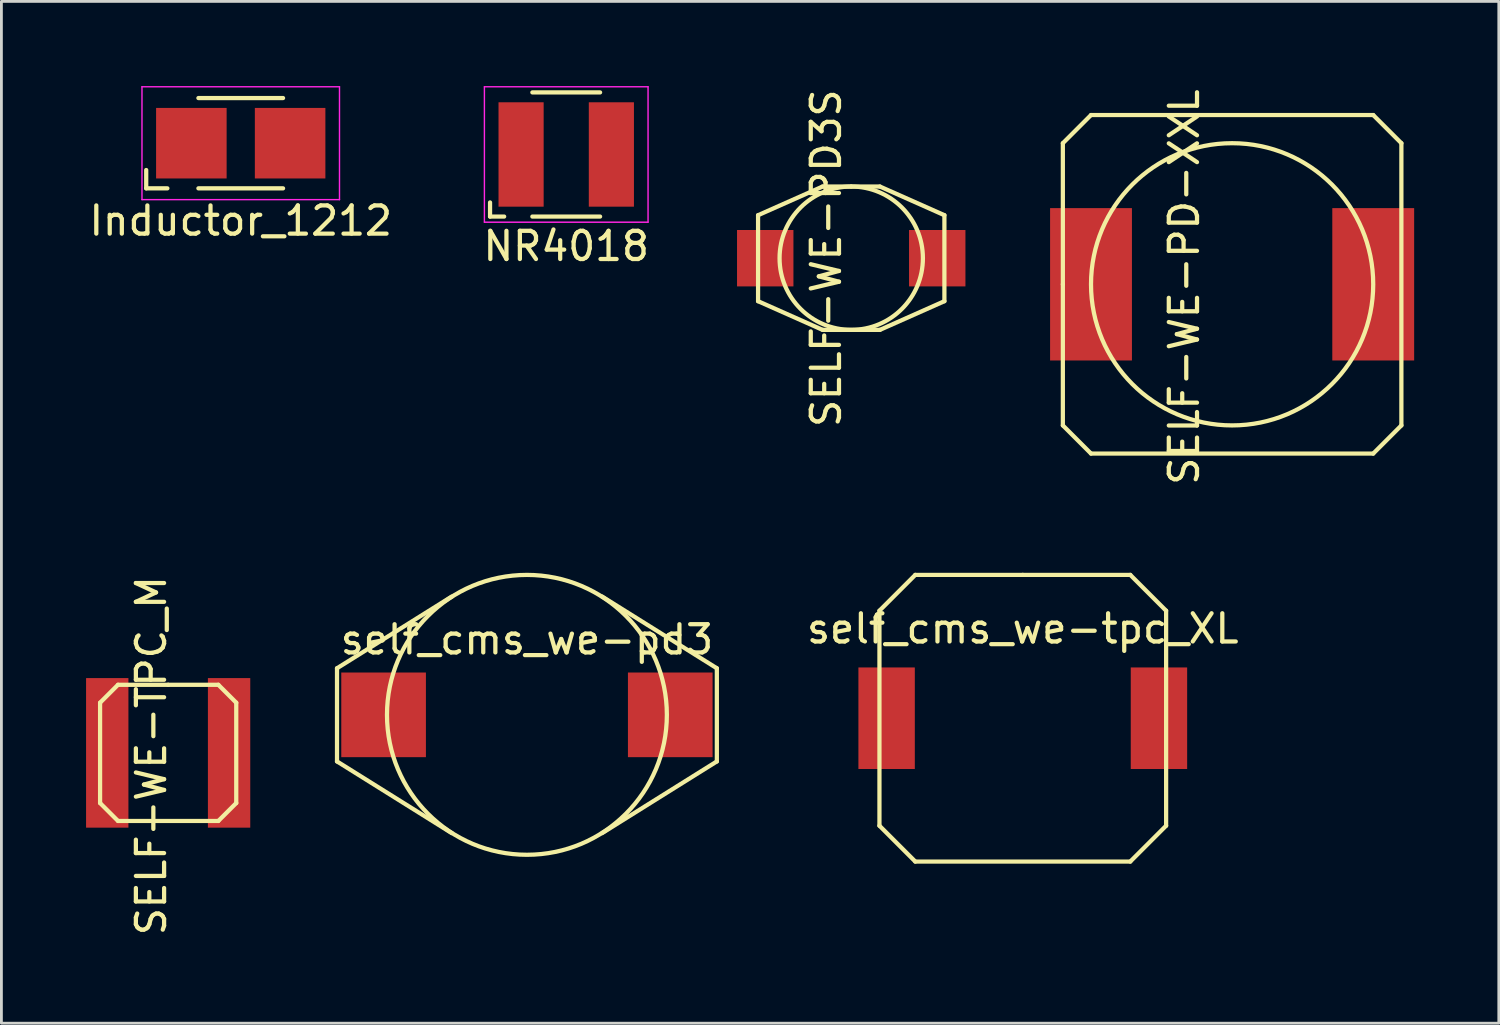
<source format=kicad_pcb>
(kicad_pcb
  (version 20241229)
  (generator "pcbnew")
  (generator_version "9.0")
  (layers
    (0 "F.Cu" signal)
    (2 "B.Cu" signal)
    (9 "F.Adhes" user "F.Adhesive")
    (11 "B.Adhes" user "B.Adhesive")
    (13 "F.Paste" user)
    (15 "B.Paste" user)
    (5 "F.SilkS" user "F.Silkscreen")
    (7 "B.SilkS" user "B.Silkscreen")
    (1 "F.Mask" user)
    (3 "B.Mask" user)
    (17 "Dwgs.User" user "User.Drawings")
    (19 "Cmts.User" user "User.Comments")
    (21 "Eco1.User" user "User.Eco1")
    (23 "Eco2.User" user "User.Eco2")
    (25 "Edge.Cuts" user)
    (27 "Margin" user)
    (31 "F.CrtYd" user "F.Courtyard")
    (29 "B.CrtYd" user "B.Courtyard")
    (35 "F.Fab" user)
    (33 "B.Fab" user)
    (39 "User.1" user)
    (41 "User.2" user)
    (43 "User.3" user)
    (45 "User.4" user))
  (footprint "self_cms_we-tpc_XL"
    (layer "F.Cu")
    (at 33.199 22.405)
    (property "Reference" "self_cms_we-tpc_XL" (at 0 -3.175 0) (layer "F.SilkS") (effects (font (size 1 1) (thickness 0.15))))
    (attr smd)
    (fp_line (start -5.08 -3.81) (end -3.81 -5.08) (stroke (width 0.15) (type solid)) (layer "F.SilkS"))
    (fp_line (start -5.08 3.81) (end -5.08 -3.81) (stroke (width 0.15) (type solid)) (layer "F.SilkS"))
    (fp_line (start -3.81 -5.08) (end 0 -5.08) (stroke (width 0.15) (type solid)) (layer "F.SilkS"))
    (fp_line (start -3.81 5.08) (end -5.08 3.81) (stroke (width 0.15) (type solid)) (layer "F.SilkS"))
    (fp_line (start 0 -5.08) (end 3.81 -5.08) (stroke (width 0.15) (type solid)) (layer "F.SilkS"))
    (fp_line (start 3.81 -5.08) (end 5.08 -3.81) (stroke (width 0.15) (type solid)) (layer "F.SilkS"))
    (fp_line (start 3.81 5.08) (end -3.81 5.08) (stroke (width 0.15) (type solid)) (layer "F.SilkS"))
    (fp_line (start 5.08 -3.81) (end 5.08 3.81) (stroke (width 0.15) (type solid)) (layer "F.SilkS"))
    (fp_line (start 5.08 3.81) (end 3.81 5.08) (stroke (width 0.15) (type solid)) (layer "F.SilkS"))
    (fp_text user "" (at 0 0 0) (layer "F.SilkS") (effects (font (size 1 1) (thickness 0.15))))
    (fp_text user "" (at 0 0 0) (layer "F.SilkS") (effects (font (size 1 1) (thickness 0.15))))
    (pad "1" smd rect (at -4.826 0) (size 1.999 3.599) (layers "F.Cu" "F.Mask" "F.Paste"))
    (pad "2" smd rect (at 4.826 0) (size 1.999 3.599) (layers "F.Cu" "F.Mask" "F.Paste")))
  (footprint "self_cms_we-pd3"
    (layer "F.Cu")
    (at 15.625 22.285)
    (property "Reference" "self_cms_we-pd3" (at 0 -2.667 0) (layer "F.SilkS") (effects (font (size 1 1) (thickness 0.15))))
    (attr smd)
    (fp_line (start -6.731 -1.651) (end -6.731 1.651) (stroke (width 0.15) (type solid)) (layer "F.SilkS"))
    (fp_line (start -6.731 -1.651) (end -2.667 -4.191) (stroke (width 0.15) (type solid)) (layer "F.SilkS"))
    (fp_line (start -6.731 1.651) (end -2.667 4.191) (stroke (width 0.15) (type solid)) (layer "F.SilkS"))
    (fp_line (start 6.731 -1.651) (end 2.667 -4.191) (stroke (width 0.15) (type solid)) (layer "F.SilkS"))
    (fp_line (start 6.731 -1.651) (end 6.731 1.651) (stroke (width 0.15) (type solid)) (layer "F.SilkS"))
    (fp_line (start 6.731 1.651) (end 2.667 4.191) (stroke (width 0.15) (type solid)) (layer "F.SilkS"))
    (fp_circle (center 0 0) (end 0.254 -4.953) (stroke (width 0.15) (type solid)) (fill no) (layer "F.SilkS"))
    (pad "1" smd rect (at -5.08 0) (size 3 3) (layers "F.Cu" "F.Mask" "F.Paste"))
    (pad "2" smd rect (at 5.08 0) (size 3 3) (layers "F.Cu" "F.Mask" "F.Paste")))
  (footprint "SELF-WE-PD3S"
    (layer "F.Cu")
    (at 27.119 6.101)
    (property "Reference" "SELF-WE-PD3S" (at -0.889 0 90) (layer "F.SilkS") (effects (font (size 1 1) (thickness 0.15))))
    (attr smd)
    (fp_line (start -3.302 -1.524) (end -1.016 -2.54) (stroke (width 0.15) (type solid)) (layer "F.SilkS"))
    (fp_line (start -3.302 1.524) (end -3.302 -1.524) (stroke (width 0.15) (type solid)) (layer "F.SilkS"))
    (fp_line (start -1.016 -2.54) (end 0 -2.54) (stroke (width 0.15) (type solid)) (layer "F.SilkS"))
    (fp_line (start -1.016 2.54) (end -3.302 1.524) (stroke (width 0.15) (type solid)) (layer "F.SilkS"))
    (fp_line (start 0 -2.54) (end 1.016 -2.54) (stroke (width 0.15) (type solid)) (layer "F.SilkS"))
    (fp_line (start 1.016 -2.54) (end 3.302 -1.524) (stroke (width 0.15) (type solid)) (layer "F.SilkS"))
    (fp_line (start 1.016 2.54) (end -1.016 2.54) (stroke (width 0.15) (type solid)) (layer "F.SilkS"))
    (fp_line (start 3.302 -1.524) (end 3.302 1.524) (stroke (width 0.15) (type solid)) (layer "F.SilkS"))
    (fp_line (start 3.302 1.524) (end 1.016 2.54) (stroke (width 0.15) (type solid)) (layer "F.SilkS"))
    (fp_circle (center 0 0) (end 0 2.54) (stroke (width 0.15) (type solid)) (fill no) (layer "F.SilkS"))
    (pad "1" smd rect (at -3.048 0) (size 1.999 1.999) (layers "F.Cu" "F.Mask" "F.Paste"))
    (pad "2" smd rect (at 3.048 0) (size 1.999 1.999) (layers "F.Cu" "F.Mask" "F.Paste")))
  (footprint "SELF-WE-TPC_M"
    (layer "F.Cu")
    (at 2.91 23.633)
    (property "Reference" "SELF-WE-TPC_M" (at -0.599 0.099 90) (layer "F.SilkS") (effects (font (size 1 1) (thickness 0.15))))
    (attr smd)
    (fp_line (start -2.413 -1.778) (end -1.778 -2.413) (stroke (width 0.15) (type solid)) (layer "F.SilkS"))
    (fp_line (start -2.413 1.778) (end -2.413 -1.778) (stroke (width 0.15) (type solid)) (layer "F.SilkS"))
    (fp_line (start -1.778 -2.413) (end 0 -2.413) (stroke (width 0.15) (type solid)) (layer "F.SilkS"))
    (fp_line (start -1.778 2.413) (end -2.413 1.778) (stroke (width 0.15) (type solid)) (layer "F.SilkS"))
    (fp_line (start 0 -2.413) (end 1.778 -2.413) (stroke (width 0.15) (type solid)) (layer "F.SilkS"))
    (fp_line (start 1.778 -2.413) (end 2.413 -1.778) (stroke (width 0.15) (type solid)) (layer "F.SilkS"))
    (fp_line (start 1.778 2.413) (end -1.778 2.413) (stroke (width 0.15) (type solid)) (layer "F.SilkS"))
    (fp_line (start 2.413 -1.778) (end 2.413 1.778) (stroke (width 0.15) (type solid)) (layer "F.SilkS"))
    (fp_line (start 2.413 1.778) (end 1.778 2.413) (stroke (width 0.15) (type solid)) (layer "F.SilkS"))
    (pad "1" smd rect (at -2.159 0) (size 1.501 5.301) (layers "F.Cu" "F.Mask" "F.Paste"))
    (pad "2" smd rect (at 2.159 0) (size 1.501 5.301) (layers "F.Cu" "F.Mask" "F.Paste")))
  (footprint "NR4018"
    (layer "F.Cu")
    (at 17.018 2.425)
    (property "Reference" "NR4018" (at 0 3.25 0) (layer "F.SilkS") (effects (font (size 1 1) (thickness 0.15))))
    (attr smd)
    (fp_line (start -2.7 2.2) (end -2.7 1.7) (stroke (width 0.15) (type solid)) (layer "F.SilkS"))
    (fp_line (start -2.2 2.2) (end -2.7 2.2) (stroke (width 0.15) (type solid)) (layer "F.SilkS"))
    (fp_line (start -1.2 -2.2) (end 1.2 -2.2) (stroke (width 0.15) (type solid)) (layer "F.SilkS"))
    (fp_line (start 1.2 2.2) (end -1.2 2.2) (stroke (width 0.15) (type solid)) (layer "F.SilkS"))
    (fp_line (start -2.9 -2.4) (end 2.9 -2.4) (stroke (width 0.05) (type solid)) (layer "F.CrtYd"))
    (fp_line (start -2.9 2.4) (end -2.9 -2.4) (stroke (width 0.05) (type solid)) (layer "F.CrtYd"))
    (fp_line (start 2.9 -2.4) (end 2.9 2.4) (stroke (width 0.05) (type solid)) (layer "F.CrtYd"))
    (fp_line (start 2.9 2.4) (end -2.9 2.4) (stroke (width 0.05) (type solid)) (layer "F.CrtYd"))
    (pad "1" smd rect (at -1.6 0) (size 1.6 3.7) (layers "F.Cu" "F.Mask" "F.Paste"))
    (pad "2" smd rect (at 1.6 0) (size 1.6 3.7) (layers "F.Cu" "F.Mask" "F.Paste")))
  (footprint "SELF-WE-PD-XXL"
    (layer "F.Cu")
    (at 40.618 7.026)
    (property "Reference" "SELF-WE-PD-XXL" (at -1.699 0.099 90) (layer "F.SilkS") (effects (font (size 1 1) (thickness 0.15))))
    (attr smd)
    (fp_line (start -5.999 -5.001) (end -5.001 -5.999) (stroke (width 0.15) (type solid)) (layer "F.SilkS"))
    (fp_line (start -5.999 0) (end -5.999 -5.001) (stroke (width 0.15) (type solid)) (layer "F.SilkS"))
    (fp_line (start -5.999 5.001) (end -5.999 0) (stroke (width 0.15) (type solid)) (layer "F.SilkS"))
    (fp_line (start -5.001 -5.999) (end 5.001 -5.999) (stroke (width 0.15) (type solid)) (layer "F.SilkS"))
    (fp_line (start -5.001 5.999) (end -5.999 5.001) (stroke (width 0.15) (type solid)) (layer "F.SilkS"))
    (fp_line (start 5.001 -5.999) (end 5.999 -5.001) (stroke (width 0.15) (type solid)) (layer "F.SilkS"))
    (fp_line (start 5.001 5.999) (end -5.001 5.999) (stroke (width 0.15) (type solid)) (layer "F.SilkS"))
    (fp_line (start 5.999 -5.001) (end 5.999 5.001) (stroke (width 0.15) (type solid)) (layer "F.SilkS"))
    (fp_line (start 5.999 5.001) (end 5.001 5.999) (stroke (width 0.15) (type solid)) (layer "F.SilkS"))
    (fp_circle (center 0 0) (end 0 -5.001) (stroke (width 0.15) (type solid)) (fill no) (layer "F.SilkS"))
    (fp_text user "" (at 0 0 0) (layer "F.SilkS") (effects (font (size 1 1) (thickness 0.15))))
    (fp_text user "" (at 0 0 0) (layer "F.SilkS") (effects (font (size 1 1) (thickness 0.15))))
    (pad "1" smd rect (at -5.001 0) (size 2.901 5.4) (layers "F.Cu" "F.Mask" "F.Paste"))
    (pad "2" smd rect (at 5.001 0) (size 2.901 5.4) (layers "F.Cu" "F.Mask" "F.Paste")))
  (footprint "Inductor_1212"
    (layer "F.Cu")
    (at 5.482 2.025)
    (property "Reference" "Inductor_1212" (at 0 2.75 0) (layer "F.SilkS") (effects (font (size 1 1) (thickness 0.15))))
    (attr smd)
    (fp_line (start -3.35 1.6) (end -3.35 0.95) (stroke (width 0.15) (type solid)) (layer "F.SilkS"))
    (fp_line (start -2.6 1.6) (end -3.35 1.6) (stroke (width 0.15) (type solid)) (layer "F.SilkS"))
    (fp_line (start -1.5 -1.6) (end 1.5 -1.6) (stroke (width 0.15) (type solid)) (layer "F.SilkS"))
    (fp_line (start 1.5 1.6) (end -1.5 1.6) (stroke (width 0.15) (type solid)) (layer "F.SilkS"))
    (fp_line (start -3.5 -2) (end 3.5 -2) (stroke (width 0.05) (type solid)) (layer "F.CrtYd"))
    (fp_line (start -3.5 2) (end -3.5 -2) (stroke (width 0.05) (type solid)) (layer "F.CrtYd"))
    (fp_line (start 3.5 -2) (end 3.5 2) (stroke (width 0.05) (type solid)) (layer "F.CrtYd"))
    (fp_line (start 3.5 2) (end -3.5 2) (stroke (width 0.05) (type solid)) (layer "F.CrtYd"))
    (pad "1" smd rect (at -1.75 0) (size 2.5 2.5) (layers "F.Cu" "F.Mask" "F.Paste"))
    (pad "2" smd rect (at 1.75 0) (size 2.5 2.5) (layers "F.Cu" "F.Mask" "F.Paste")))
  (gr_rect
    (start -3 -3)
    (end 50.07 33.214)
    (stroke (width 0.1) (type default))
    (fill no)
    (layer "Edge.Cuts")))
</source>
